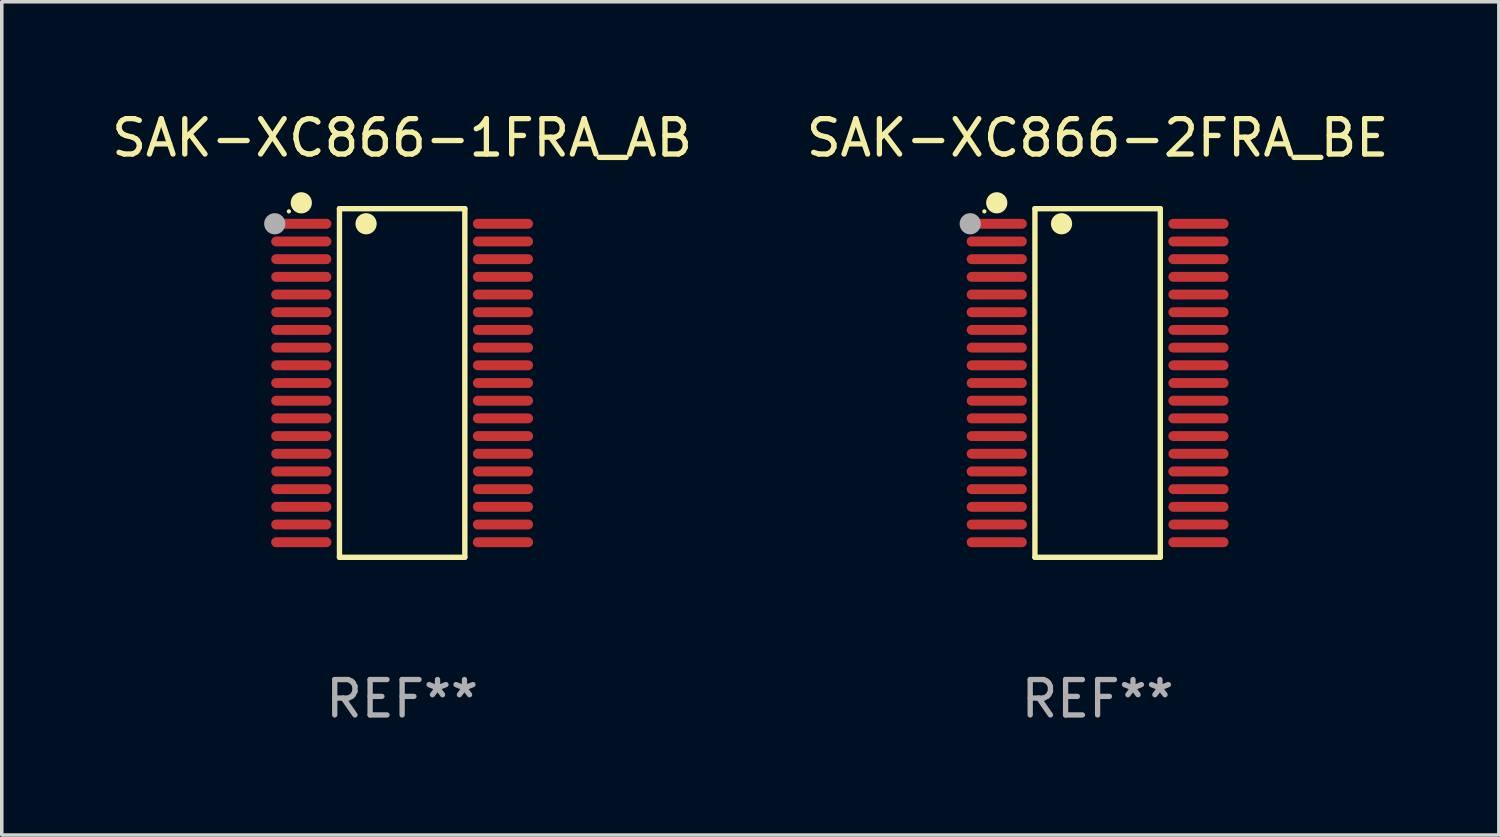
<source format=kicad_pcb>
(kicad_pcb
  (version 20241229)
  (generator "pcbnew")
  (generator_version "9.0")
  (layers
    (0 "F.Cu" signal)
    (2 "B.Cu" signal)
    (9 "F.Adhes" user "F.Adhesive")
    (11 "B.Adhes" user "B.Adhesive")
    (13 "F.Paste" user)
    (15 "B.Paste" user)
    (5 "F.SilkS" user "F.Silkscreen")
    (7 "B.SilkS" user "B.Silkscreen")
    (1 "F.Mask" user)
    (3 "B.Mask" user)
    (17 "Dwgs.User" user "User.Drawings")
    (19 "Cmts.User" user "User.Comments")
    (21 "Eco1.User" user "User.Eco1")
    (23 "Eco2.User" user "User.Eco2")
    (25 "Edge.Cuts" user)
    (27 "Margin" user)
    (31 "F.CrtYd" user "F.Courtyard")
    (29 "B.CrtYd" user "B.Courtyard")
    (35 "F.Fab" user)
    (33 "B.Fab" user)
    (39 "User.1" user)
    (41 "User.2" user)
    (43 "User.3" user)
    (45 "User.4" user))
  (footprint "SAK-XC866-1FRA_AB"
    (layer "F.Cu")
    (at 8.315 7.774)
    (property "Reference" "SAK-XC866-1FRA_AB" (at 0 -6.926 0) (layer "F.SilkS") (effects (font (size 1 1) (thickness 0.15))))
    (attr through_hole)
    (fp_line (start -1.771 -4.926) (end 1.772 -4.926) (stroke (width 0.152) (type solid)) (layer "F.SilkS"))
    (fp_line (start -1.771 4.926) (end -1.771 -4.926) (stroke (width 0.152) (type solid)) (layer "F.SilkS"))
    (fp_line (start 1.772 -4.926) (end 1.772 4.926) (stroke (width 0.152) (type solid)) (layer "F.SilkS"))
    (fp_line (start 1.772 4.926) (end -1.771 4.926) (stroke (width 0.152) (type solid)) (layer "F.SilkS"))
    (fp_circle (center -3.2 -4.85) (end -3.17 -4.85) (stroke (width 0.06) (type solid)) (fill no) (layer "F.SilkS"))
    (fp_circle (center -2.85 -5.092) (end -2.7 -5.092) (stroke (width 0.3) (type solid)) (fill no) (layer "F.SilkS"))
    (fp_circle (center -1.019 -4.5) (end -0.869 -4.5) (stroke (width 0.3) (type solid)) (fill no) (layer "F.SilkS"))
    (fp_circle (center -3.6 -4.5) (end -3.45 -4.5) (stroke (width 0.3) (type solid)) (fill no) (layer "F.Fab"))
    (fp_text user "REF**" (at 0 8.926 0) (layer "F.Fab") (effects (font (size 1 1) (thickness 0.15))))
    (pad "1" smd oval (at -2.85 -4.5 270) (size 0.28 1.7) (layers "F.Cu" "F.Mask" "F.Paste"))
    (pad "2" smd oval (at -2.85 -4 270) (size 0.28 1.7) (layers "F.Cu" "F.Mask" "F.Paste"))
    (pad "3" smd oval (at -2.85 -3.5 270) (size 0.28 1.7) (layers "F.Cu" "F.Mask" "F.Paste"))
    (pad "4" smd oval (at -2.85 -3 270) (size 0.28 1.7) (layers "F.Cu" "F.Mask" "F.Paste"))
    (pad "5" smd oval (at -2.85 -2.5 270) (size 0.28 1.7) (layers "F.Cu" "F.Mask" "F.Paste"))
    (pad "6" smd oval (at -2.85 -2 270) (size 0.28 1.7) (layers "F.Cu" "F.Mask" "F.Paste"))
    (pad "7" smd oval (at -2.85 -1.5 270) (size 0.28 1.7) (layers "F.Cu" "F.Mask" "F.Paste"))
    (pad "8" smd oval (at -2.85 -1 270) (size 0.28 1.7) (layers "F.Cu" "F.Mask" "F.Paste"))
    (pad "9" smd oval (at -2.85 -0.5 270) (size 0.28 1.7) (layers "F.Cu" "F.Mask" "F.Paste"))
    (pad "10" smd oval (at -2.85 0.000051 270) (size 0.28 1.7) (layers "F.Cu" "F.Mask" "F.Paste"))
    (pad "11" smd oval (at -2.85 0.5 270) (size 0.28 1.7) (layers "F.Cu" "F.Mask" "F.Paste"))
    (pad "12" smd oval (at -2.85 1 270) (size 0.28 1.7) (layers "F.Cu" "F.Mask" "F.Paste"))
    (pad "13" smd oval (at -2.85 1.5 270) (size 0.28 1.7) (layers "F.Cu" "F.Mask" "F.Paste"))
    (pad "14" smd oval (at -2.85 2 270) (size 0.28 1.7) (layers "F.Cu" "F.Mask" "F.Paste"))
    (pad "15" smd oval (at -2.85 2.5 270) (size 0.28 1.7) (layers "F.Cu" "F.Mask" "F.Paste"))
    (pad "16" smd oval (at -2.85 3 270) (size 0.28 1.7) (layers "F.Cu" "F.Mask" "F.Paste"))
    (pad "17" smd oval (at -2.85 3.5 270) (size 0.28 1.7) (layers "F.Cu" "F.Mask" "F.Paste"))
    (pad "18" smd oval (at -2.85 4 270) (size 0.28 1.7) (layers "F.Cu" "F.Mask" "F.Paste"))
    (pad "19" smd oval (at -2.85 4.5 270) (size 0.28 1.7) (layers "F.Cu" "F.Mask" "F.Paste"))
    (pad "20" smd oval (at 2.85 4.5 270) (size 0.28 1.7) (layers "F.Cu" "F.Mask" "F.Paste"))
    (pad "21" smd oval (at 2.85 4 270) (size 0.28 1.7) (layers "F.Cu" "F.Mask" "F.Paste"))
    (pad "22" smd oval (at 2.85 3.5 270) (size 0.28 1.7) (layers "F.Cu" "F.Mask" "F.Paste"))
    (pad "23" smd oval (at 2.85 3 270) (size 0.28 1.7) (layers "F.Cu" "F.Mask" "F.Paste"))
    (pad "24" smd oval (at 2.85 2.5 270) (size 0.28 1.7) (layers "F.Cu" "F.Mask" "F.Paste"))
    (pad "25" smd oval (at 2.85 2 270) (size 0.28 1.7) (layers "F.Cu" "F.Mask" "F.Paste"))
    (pad "26" smd oval (at 2.85 1.5 270) (size 0.28 1.7) (layers "F.Cu" "F.Mask" "F.Paste"))
    (pad "27" smd oval (at 2.85 1 270) (size 0.28 1.7) (layers "F.Cu" "F.Mask" "F.Paste"))
    (pad "28" smd oval (at 2.85 0.5 270) (size 0.28 1.7) (layers "F.Cu" "F.Mask" "F.Paste"))
    (pad "29" smd oval (at 2.85 0.000051 270) (size 0.28 1.7) (layers "F.Cu" "F.Mask" "F.Paste"))
    (pad "30" smd oval (at 2.85 -0.5 270) (size 0.28 1.7) (layers "F.Cu" "F.Mask" "F.Paste"))
    (pad "31" smd oval (at 2.85 -1 270) (size 0.28 1.7) (layers "F.Cu" "F.Mask" "F.Paste"))
    (pad "32" smd oval (at 2.85 -1.5 270) (size 0.28 1.7) (layers "F.Cu" "F.Mask" "F.Paste"))
    (pad "33" smd oval (at 2.85 -2 270) (size 0.28 1.7) (layers "F.Cu" "F.Mask" "F.Paste"))
    (pad "34" smd oval (at 2.85 -2.5 270) (size 0.28 1.7) (layers "F.Cu" "F.Mask" "F.Paste"))
    (pad "35" smd oval (at 2.85 -3 270) (size 0.28 1.7) (layers "F.Cu" "F.Mask" "F.Paste"))
    (pad "36" smd oval (at 2.85 -3.5 270) (size 0.28 1.7) (layers "F.Cu" "F.Mask" "F.Paste"))
    (pad "37" smd oval (at 2.85 -4 270) (size 0.28 1.7) (layers "F.Cu" "F.Mask" "F.Paste"))
    (pad "38" smd oval (at 2.85 -4.5 270) (size 0.28 1.7) (layers "F.Cu" "F.Mask" "F.Paste")))
  (footprint "SAK-XC866-2FRA_BE"
    (layer "F.Cu")
    (at 27.97 7.774)
    (property "Reference" "SAK-XC866-2FRA_BE" (at 0 -6.926 0) (layer "F.SilkS") (effects (font (size 1 1) (thickness 0.15))))
    (attr through_hole)
    (fp_line (start -1.771 -4.926) (end 1.772 -4.926) (stroke (width 0.152) (type solid)) (layer "F.SilkS"))
    (fp_line (start -1.771 4.926) (end -1.771 -4.926) (stroke (width 0.152) (type solid)) (layer "F.SilkS"))
    (fp_line (start 1.772 -4.926) (end 1.772 4.926) (stroke (width 0.152) (type solid)) (layer "F.SilkS"))
    (fp_line (start 1.772 4.926) (end -1.771 4.926) (stroke (width 0.152) (type solid)) (layer "F.SilkS"))
    (fp_circle (center -3.2 -4.85) (end -3.17 -4.85) (stroke (width 0.06) (type solid)) (fill no) (layer "F.SilkS"))
    (fp_circle (center -2.85 -5.092) (end -2.7 -5.092) (stroke (width 0.3) (type solid)) (fill no) (layer "F.SilkS"))
    (fp_circle (center -1.019 -4.5) (end -0.869 -4.5) (stroke (width 0.3) (type solid)) (fill no) (layer "F.SilkS"))
    (fp_circle (center -3.6 -4.5) (end -3.45 -4.5) (stroke (width 0.3) (type solid)) (fill no) (layer "F.Fab"))
    (fp_text user "REF**" (at 0 8.926 0) (layer "F.Fab") (effects (font (size 1 1) (thickness 0.15))))
    (pad "1" smd oval (at -2.85 -4.5 270) (size 0.28 1.7) (layers "F.Cu" "F.Mask" "F.Paste"))
    (pad "2" smd oval (at -2.85 -4 270) (size 0.28 1.7) (layers "F.Cu" "F.Mask" "F.Paste"))
    (pad "3" smd oval (at -2.85 -3.5 270) (size 0.28 1.7) (layers "F.Cu" "F.Mask" "F.Paste"))
    (pad "4" smd oval (at -2.85 -3 270) (size 0.28 1.7) (layers "F.Cu" "F.Mask" "F.Paste"))
    (pad "5" smd oval (at -2.85 -2.5 270) (size 0.28 1.7) (layers "F.Cu" "F.Mask" "F.Paste"))
    (pad "6" smd oval (at -2.85 -2 270) (size 0.28 1.7) (layers "F.Cu" "F.Mask" "F.Paste"))
    (pad "7" smd oval (at -2.85 -1.5 270) (size 0.28 1.7) (layers "F.Cu" "F.Mask" "F.Paste"))
    (pad "8" smd oval (at -2.85 -1 270) (size 0.28 1.7) (layers "F.Cu" "F.Mask" "F.Paste"))
    (pad "9" smd oval (at -2.85 -0.5 270) (size 0.28 1.7) (layers "F.Cu" "F.Mask" "F.Paste"))
    (pad "10" smd oval (at -2.85 0.000051 270) (size 0.28 1.7) (layers "F.Cu" "F.Mask" "F.Paste"))
    (pad "11" smd oval (at -2.85 0.5 270) (size 0.28 1.7) (layers "F.Cu" "F.Mask" "F.Paste"))
    (pad "12" smd oval (at -2.85 1 270) (size 0.28 1.7) (layers "F.Cu" "F.Mask" "F.Paste"))
    (pad "13" smd oval (at -2.85 1.5 270) (size 0.28 1.7) (layers "F.Cu" "F.Mask" "F.Paste"))
    (pad "14" smd oval (at -2.85 2 270) (size 0.28 1.7) (layers "F.Cu" "F.Mask" "F.Paste"))
    (pad "15" smd oval (at -2.85 2.5 270) (size 0.28 1.7) (layers "F.Cu" "F.Mask" "F.Paste"))
    (pad "16" smd oval (at -2.85 3 270) (size 0.28 1.7) (layers "F.Cu" "F.Mask" "F.Paste"))
    (pad "17" smd oval (at -2.85 3.5 270) (size 0.28 1.7) (layers "F.Cu" "F.Mask" "F.Paste"))
    (pad "18" smd oval (at -2.85 4 270) (size 0.28 1.7) (layers "F.Cu" "F.Mask" "F.Paste"))
    (pad "19" smd oval (at -2.85 4.5 270) (size 0.28 1.7) (layers "F.Cu" "F.Mask" "F.Paste"))
    (pad "20" smd oval (at 2.85 4.5 270) (size 0.28 1.7) (layers "F.Cu" "F.Mask" "F.Paste"))
    (pad "21" smd oval (at 2.85 4 270) (size 0.28 1.7) (layers "F.Cu" "F.Mask" "F.Paste"))
    (pad "22" smd oval (at 2.85 3.5 270) (size 0.28 1.7) (layers "F.Cu" "F.Mask" "F.Paste"))
    (pad "23" smd oval (at 2.85 3 270) (size 0.28 1.7) (layers "F.Cu" "F.Mask" "F.Paste"))
    (pad "24" smd oval (at 2.85 2.5 270) (size 0.28 1.7) (layers "F.Cu" "F.Mask" "F.Paste"))
    (pad "25" smd oval (at 2.85 2 270) (size 0.28 1.7) (layers "F.Cu" "F.Mask" "F.Paste"))
    (pad "26" smd oval (at 2.85 1.5 270) (size 0.28 1.7) (layers "F.Cu" "F.Mask" "F.Paste"))
    (pad "27" smd oval (at 2.85 1 270) (size 0.28 1.7) (layers "F.Cu" "F.Mask" "F.Paste"))
    (pad "28" smd oval (at 2.85 0.5 270) (size 0.28 1.7) (layers "F.Cu" "F.Mask" "F.Paste"))
    (pad "29" smd oval (at 2.85 0.000051 270) (size 0.28 1.7) (layers "F.Cu" "F.Mask" "F.Paste"))
    (pad "30" smd oval (at 2.85 -0.5 270) (size 0.28 1.7) (layers "F.Cu" "F.Mask" "F.Paste"))
    (pad "31" smd oval (at 2.85 -1 270) (size 0.28 1.7) (layers "F.Cu" "F.Mask" "F.Paste"))
    (pad "32" smd oval (at 2.85 -1.5 270) (size 0.28 1.7) (layers "F.Cu" "F.Mask" "F.Paste"))
    (pad "33" smd oval (at 2.85 -2 270) (size 0.28 1.7) (layers "F.Cu" "F.Mask" "F.Paste"))
    (pad "34" smd oval (at 2.85 -2.5 270) (size 0.28 1.7) (layers "F.Cu" "F.Mask" "F.Paste"))
    (pad "35" smd oval (at 2.85 -3 270) (size 0.28 1.7) (layers "F.Cu" "F.Mask" "F.Paste"))
    (pad "36" smd oval (at 2.85 -3.5 270) (size 0.28 1.7) (layers "F.Cu" "F.Mask" "F.Paste"))
    (pad "37" smd oval (at 2.85 -4 270) (size 0.28 1.7) (layers "F.Cu" "F.Mask" "F.Paste"))
    (pad "38" smd oval (at 2.85 -4.5 270) (size 0.28 1.7) (layers "F.Cu" "F.Mask" "F.Paste")))
  (gr_rect
    (start -3 -3)
    (end 39.31 20.549)
    (stroke (width 0.1) (type default))
    (fill no)
    (layer "Edge.Cuts")))
</source>
